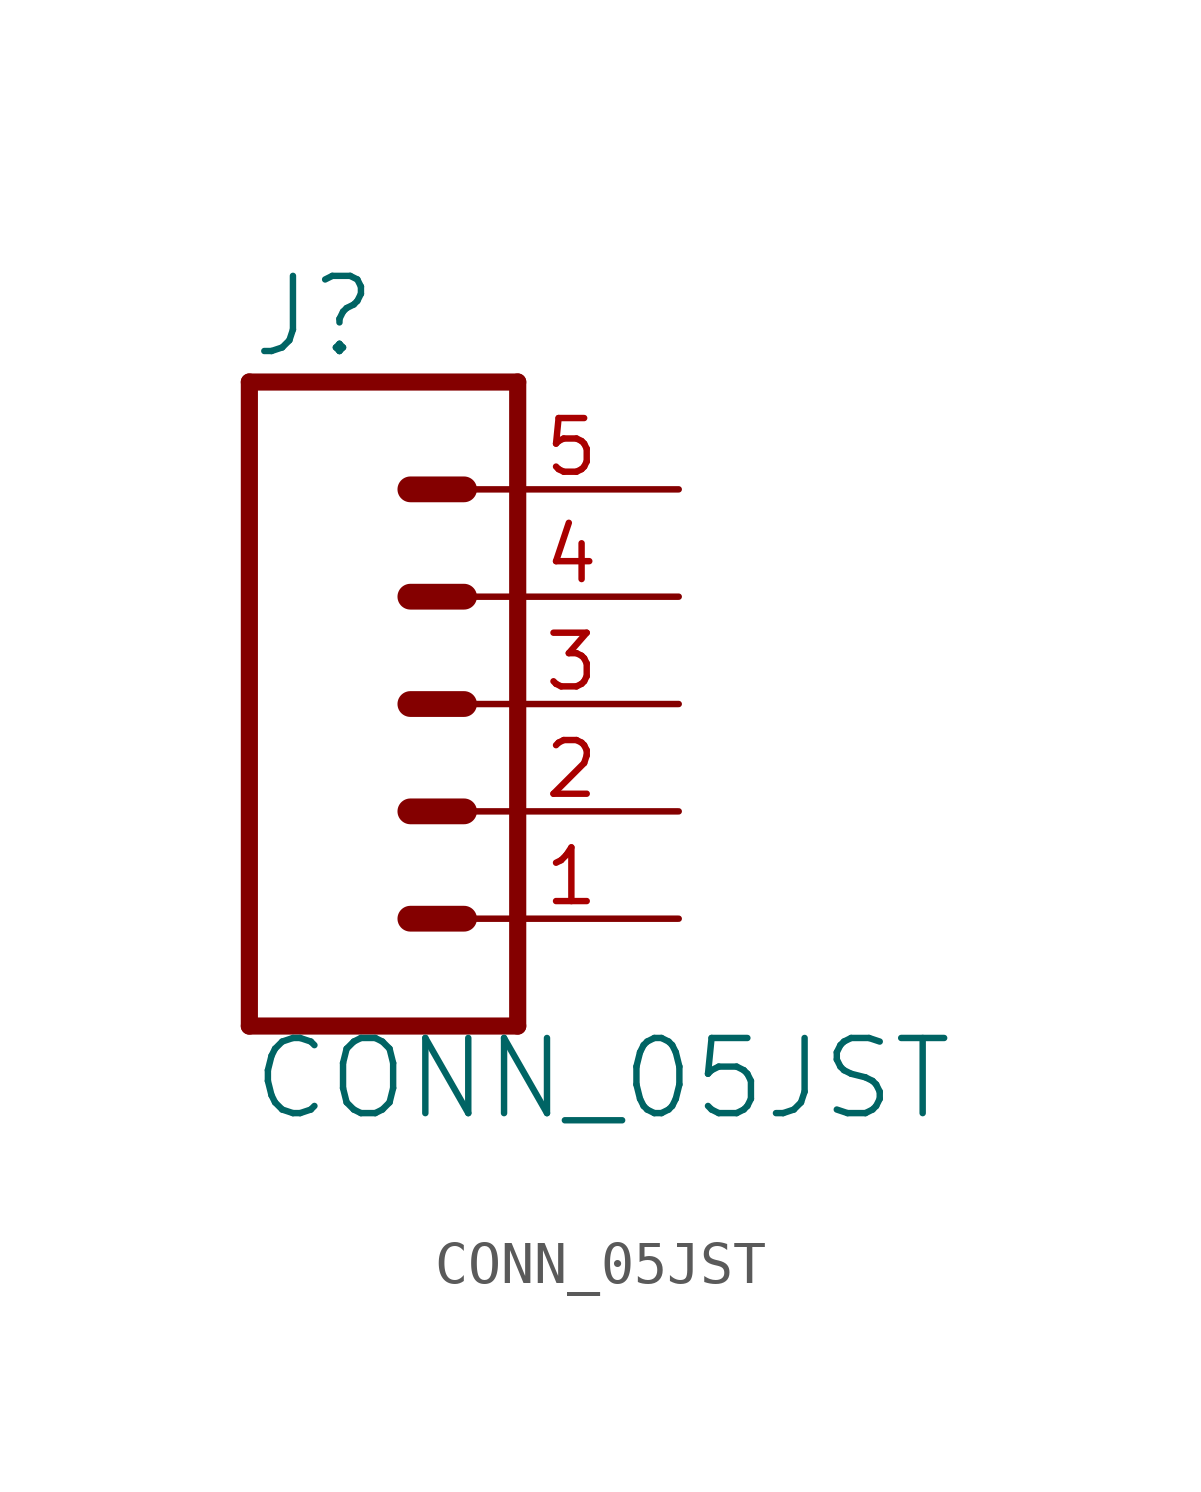
<source format=kicad_sym>
(kicad_symbol_lib
  (version 20211014)
  (generator kicad_symbol_editor)
  (symbol "CONN_05JST"
    (property "Reference" "J"
      (at -2.54 8.128 0)
      (effects (font (size 1.778 1.778)) (justify left bottom)))
    (property "Value" "CONN_05JST"
      (at -2.54 -9.906 0)
      (effects (font (size 1.778 1.778)) (justify left bottom)))
    (property "ki_locked" ""
      (at 0 0 0)
      (effects (font (size 1.27 1.27))))
    (symbol "CONN_05JST_1_0"
      (polyline (pts (xy -2.54 7.62) (xy -2.54 -7.62)) (stroke (width 0.406) (type default) (color 0 0 0 0)) (fill (type none)))
      (polyline (pts (xy -2.54 7.62) (xy 3.81 7.62)) (stroke (width 0.406) (type default) (color 0 0 0 0)) (fill (type none)))
      (polyline (pts (xy 1.27 -5.08) (xy 2.54 -5.08)) (stroke (width 0.61) (type default) (color 0 0 0 0)) (fill (type none)))
      (polyline (pts (xy 1.27 -2.54) (xy 2.54 -2.54)) (stroke (width 0.61) (type default) (color 0 0 0 0)) (fill (type none)))
      (polyline (pts (xy 1.27 0) (xy 2.54 0)) (stroke (width 0.61) (type default) (color 0 0 0 0)) (fill (type none)))
      (polyline (pts (xy 1.27 2.54) (xy 2.54 2.54)) (stroke (width 0.61) (type default) (color 0 0 0 0)) (fill (type none)))
      (polyline (pts (xy 1.27 5.08) (xy 2.54 5.08)) (stroke (width 0.61) (type default) (color 0 0 0 0)) (fill (type none)))
      (polyline (pts (xy 3.81 -7.62) (xy -2.54 -7.62)) (stroke (width 0.406) (type default) (color 0 0 0 0)) (fill (type none)))
      (polyline (pts (xy 3.81 -7.62) (xy 3.81 7.62)) (stroke (width 0.406) (type default) (color 0 0 0 0)) (fill (type none)))
      (pin passive line (at 7.62 -5.08 180) (length 5.08) (name "1" (effects (font (size 0 0)))) (number "1" (effects (font (size 1.27 1.27)))))
      (pin passive line (at 7.62 -2.54 180) (length 5.08) (name "2" (effects (font (size 0 0)))) (number "2" (effects (font (size 1.27 1.27)))))
      (pin passive line (at 7.62 0 180) (length 5.08) (name "3" (effects (font (size 0 0)))) (number "3" (effects (font (size 1.27 1.27)))))
      (pin passive line (at 7.62 2.54 180) (length 5.08) (name "4" (effects (font (size 0 0)))) (number "4" (effects (font (size 1.27 1.27)))))
      (pin passive line (at 7.62 5.08 180) (length 5.08) (name "5" (effects (font (size 0 0)))) (number "5" (effects (font (size 1.27 1.27))))))))
</source>
